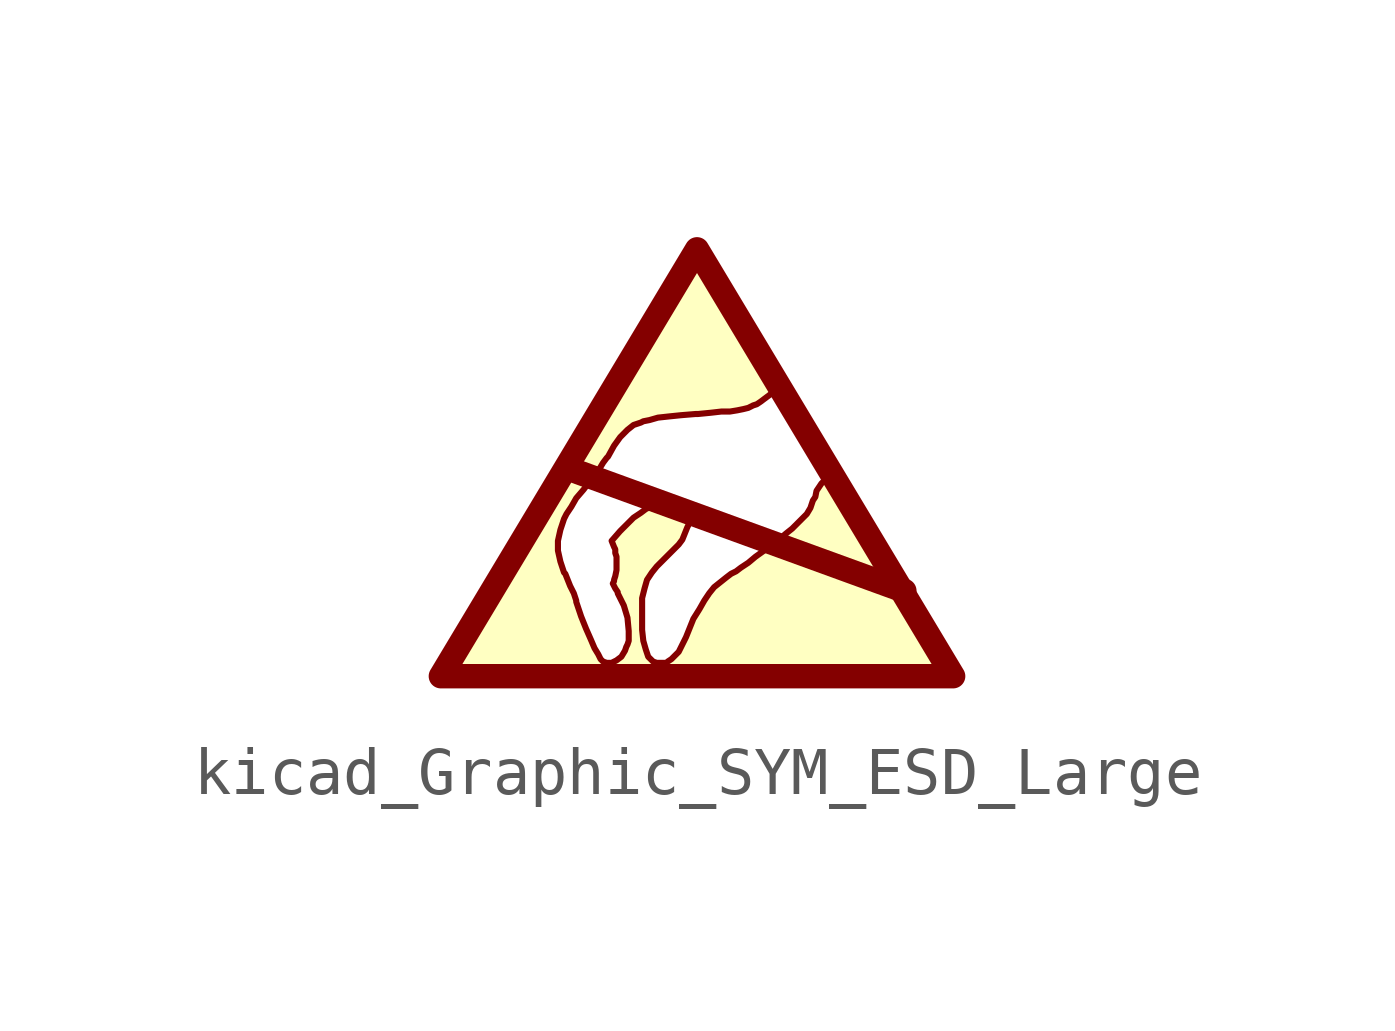
<source format=kicad_sym>
(kicad_symbol_lib
  (version 20220914)
  (generator kicad_symbol_editor)
  (symbol "kicad_Graphic_SYM_ESD_Large"
    (property "Reference" "#SYM"
      (at 0 5.08 0)
      (effects (font (size 1.27 1.27)) hide))
    (symbol "kicad_Graphic_SYM_ESD_Large_0_0"
      (polyline (pts (xy -2.667 -0.762) (xy 4.318 -3.302)) (stroke (width 0.508) (type default)) (fill (type none)))
      (polyline (pts (xy 0.483 -5.131) (xy 5.385 -5.131) (xy 5.385 -5.105) (xy 5.334 -5.055) (xy 5.283 -4.953) (xy 5.207 -4.826) (xy 5.004 -4.47) (xy 4.877 -4.267) (xy 4.75 -4.039) (xy 4.14 -3.023) (xy 3.988 -2.743) (xy 3.531 -1.981) (xy 3.404 -1.753) (xy 3.277 -1.549) (xy 3.15 -1.372) (xy 3.073 -1.194) (xy 2.997 -1.067) (xy 2.921 -0.965) (xy 2.896 -0.889) (xy 2.845 -0.838) (xy 2.819 -0.864) (xy 2.769 -0.889) (xy 2.591 -1.067) (xy 2.489 -1.219) (xy 2.464 -1.346) (xy 2.413 -1.422) (xy 2.362 -1.575) (xy 2.286 -1.702) (xy 1.981 -2.007) (xy 1.854 -2.108) (xy 1.702 -2.235) (xy 1.549 -2.337) (xy 1.397 -2.464) (xy 1.219 -2.591) (xy 1.067 -2.718) (xy 0.914 -2.819) (xy 0.813 -2.896) (xy 0.711 -2.946) (xy 0.61 -3.023) (xy 0.356 -3.226) (xy 0.254 -3.353) (xy 0.152 -3.505) (xy 0.051 -3.683) (xy -0.076 -3.886) (xy -0.229 -4.267) (xy -0.381 -4.572) (xy -0.533 -4.724) (xy -0.61 -4.775) (xy -0.635 -4.801) (xy -0.838 -4.801) (xy -0.914 -4.775) (xy -1.016 -4.674) (xy -1.067 -4.521) (xy -1.118 -4.343) (xy -1.143 -4.115) (xy -1.143 -3.454) (xy -1.092 -3.251) (xy -1.041 -3.073) (xy -0.94 -2.921) (xy -0.838 -2.794) (xy -0.381 -2.337) (xy -0.305 -2.235) (xy -0.203 -1.981) (xy -0.178 -1.93) (xy -0.152 -1.829) (xy -0.127 -1.753) (xy -0.127 -1.727) (xy -0.203 -1.651) (xy -0.254 -1.575) (xy -0.356 -1.524) (xy -0.432 -1.448) (xy -0.508 -1.397) (xy -0.559 -1.346) (xy -0.61 -1.346) (xy -0.66 -1.372) (xy -0.737 -1.422) (xy -0.838 -1.473) (xy -0.965 -1.549) (xy -1.067 -1.6) (xy -1.168 -1.676) (xy -1.321 -1.778) (xy -1.6 -2.057) (xy -1.778 -2.261) (xy -1.727 -2.388) (xy -1.702 -2.438) (xy -1.702 -2.515) (xy -1.676 -2.591) (xy -1.676 -2.87) (xy -1.702 -2.997) (xy -1.727 -3.073) (xy -1.727 -3.099) (xy -1.753 -3.15) (xy -1.702 -3.251) (xy -1.651 -3.327) (xy -1.651 -3.353) (xy -1.524 -3.607) (xy -1.448 -3.861) (xy -1.422 -4.14) (xy -1.422 -4.343) (xy -1.448 -4.42) (xy -1.473 -4.47) (xy -1.499 -4.547) (xy -1.575 -4.674) (xy -1.676 -4.75) (xy -1.778 -4.801) (xy -1.88 -4.801) (xy -1.956 -4.775) (xy -2.007 -4.724) (xy -2.057 -4.623) (xy -2.134 -4.496) (xy -2.21 -4.318) (xy -2.311 -4.089) (xy -2.413 -3.835) (xy -2.515 -3.531) (xy -2.515 -3.505) (xy -2.565 -3.353) (xy -2.642 -3.2) (xy -2.743 -2.946) (xy -2.769 -2.921) (xy -2.845 -2.692) (xy -2.896 -2.464) (xy -2.896 -2.261) (xy -2.845 -2.032) (xy -2.769 -1.803) (xy -2.718 -1.702) (xy -2.616 -1.549) (xy -2.515 -1.372) (xy -2.362 -1.194) (xy -2.21 -0.991) (xy -2.108 -0.889) (xy -1.956 -0.635) (xy -1.88 -0.533) (xy -1.854 -0.508) (xy -1.727 -0.279) (xy -1.6 -0.102) (xy -1.448 0.051) (xy -1.321 0.152) (xy -1.168 0.203) (xy -1.118 0.229) (xy -0.991 0.254) (xy -0.813 0.305) (xy -0.584 0.33) (xy -0.33 0.356) (xy -0.025 0.381) (xy 0.025 0.381) (xy 0.279 0.406) (xy 0.508 0.432) (xy 0.686 0.432) (xy 0.838 0.457) (xy 0.965 0.483) (xy 1.067 0.508) (xy 1.168 0.559) (xy 1.245 0.584) (xy 1.321 0.635) (xy 1.524 0.787) (xy 1.727 0.991) (xy 1.727 1.041) (xy 1.702 1.092) (xy 1.651 1.168) (xy 1.6 1.27) (xy 1.499 1.422) (xy 1.422 1.6) (xy 1.168 2.007) (xy 1.041 2.235) (xy 0.66 2.87) (xy 0.508 3.099) (xy 0.406 3.302) (xy 0.305 3.454) (xy 0.229 3.581) (xy 0.152 3.683) (xy 0.102 3.759) (xy 0.051 3.861) (xy 0.025 3.886) (xy -0.051 3.886) (xy -0.051 3.861) (xy -0.127 3.785) (xy -0.152 3.734) (xy -0.203 3.658) (xy -0.254 3.556) (xy -0.406 3.302) (xy -0.508 3.15) (xy -0.61 2.972) (xy -0.737 2.769) (xy -1.041 2.261) (xy -1.219 1.956) (xy -1.422 1.626) (xy -1.88 0.864) (xy -2.134 0.406) (xy -2.438 -0.076) (xy -2.743 -0.61) (xy -2.921 -0.889) (xy -3.429 -1.753) (xy -3.658 -2.159) (xy -3.886 -2.54) (xy -4.115 -2.896) (xy -4.318 -3.251) (xy -4.521 -3.581) (xy -4.674 -3.886) (xy -4.851 -4.14) (xy -4.978 -4.394) (xy -5.105 -4.597) (xy -5.232 -4.775) (xy -5.359 -5.029) (xy -5.41 -5.105) (xy -5.41 -5.131) (xy -0.711 -5.131) (xy -0.025 -5.156) (xy 0.483 -5.131)) (stroke (width 0.127) (type default)) (fill (type background))))
    (symbol "kicad_Graphic_SYM_ESD_Large_0_1"
      (polyline (pts (xy -5.334 -5.08) (xy 5.334 -5.08) (xy 0 3.81) (xy -5.334 -5.08)) (stroke (width 0.508) (type default)) (fill (type none))))))
</source>
